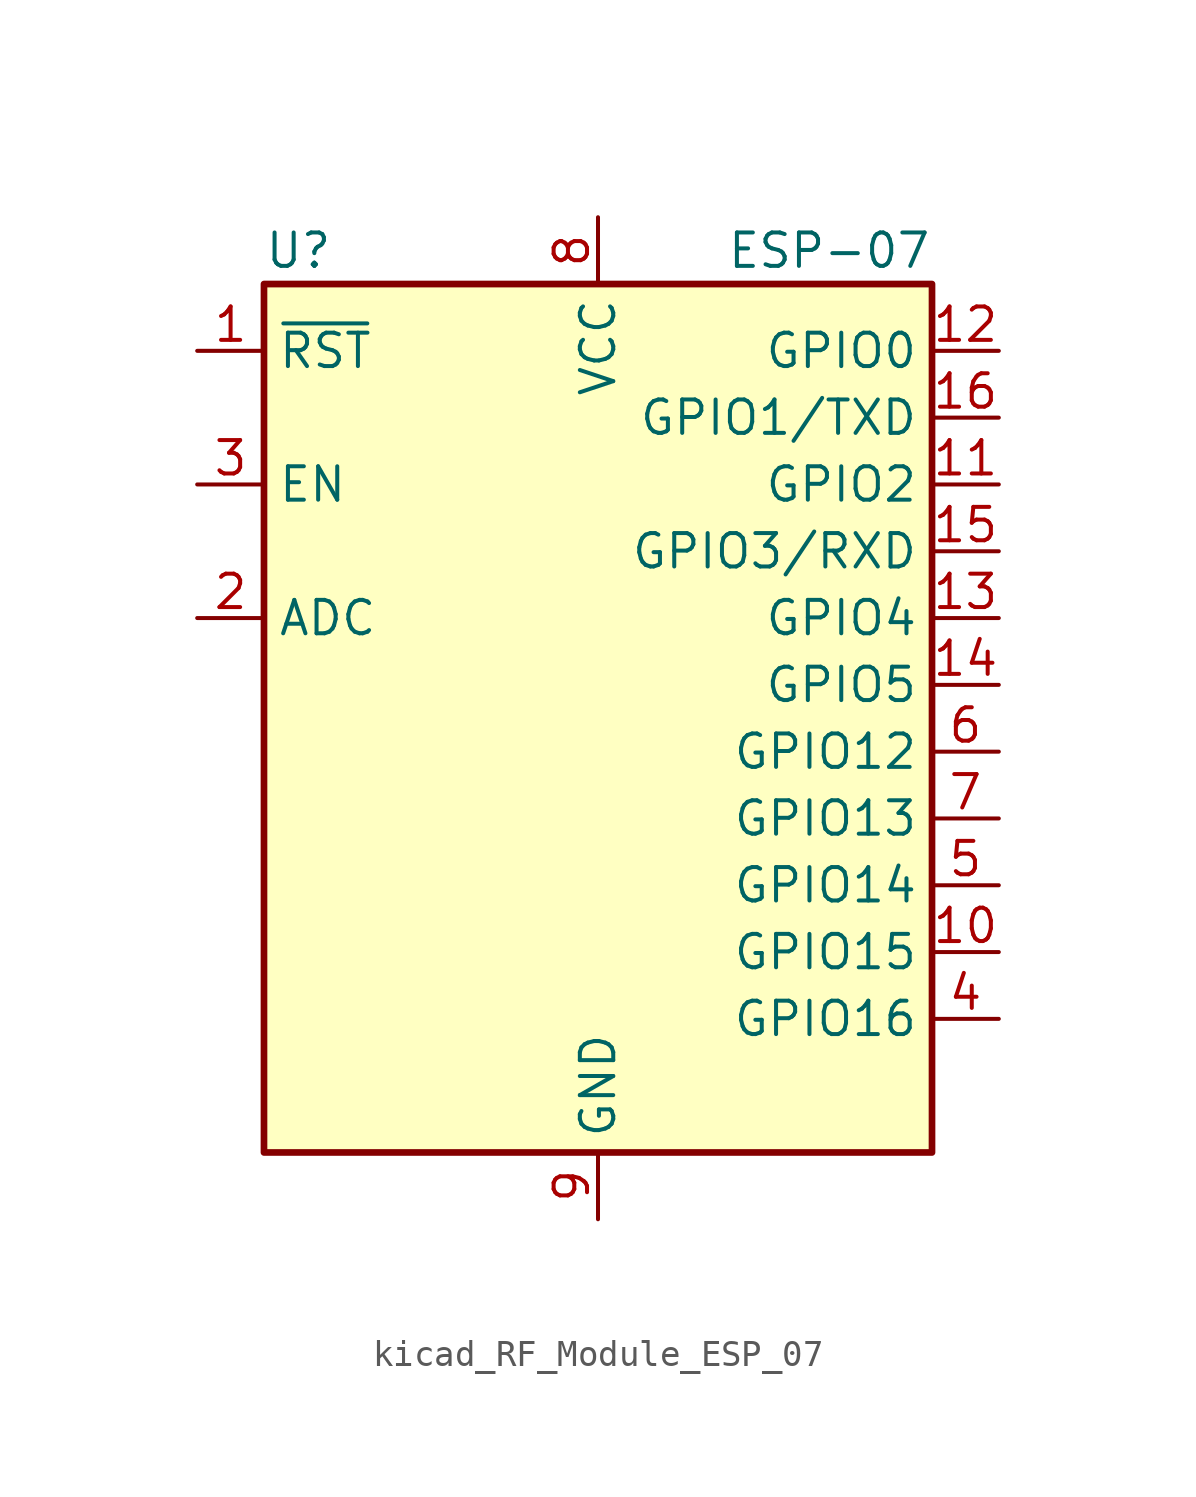
<source format=kicad_sym>
(kicad_symbol_lib
  (version 20220914)
  (generator kicad_symbol_editor)
  (symbol "kicad_RF_Module_ESP_07"
    (property "Reference" "U"
      (at -12.7 19.05 0)
      (effects (font (size 1.27 1.27)) (justify left)))
    (property "Value" "ESP-07"
      (at 12.7 19.05 0)
      (effects (font (size 1.27 1.27)) (justify right)))
    (symbol "kicad_RF_Module_ESP_07_0_1"
      (rectangle (start -12.7 17.78) (end 12.7 -15.24) (stroke (width 0.254) (type default)) (fill (type background))))
    (symbol "kicad_RF_Module_ESP_07_1_1"
      (pin input line (at -15.24 15.24 0) (length 2.54) (name "~{RST}" (effects (font (size 1.27 1.27)))) (number "1" (effects (font (size 1.27 1.27)))))
      (pin bidirectional line (at 15.24 -7.62 180) (length 2.54) (name "GPIO15" (effects (font (size 1.27 1.27)))) (number "10" (effects (font (size 1.27 1.27)))))
      (pin bidirectional line (at 15.24 10.16 180) (length 2.54) (name "GPIO2" (effects (font (size 1.27 1.27)))) (number "11" (effects (font (size 1.27 1.27)))))
      (pin bidirectional line (at 15.24 15.24 180) (length 2.54) (name "GPIO0" (effects (font (size 1.27 1.27)))) (number "12" (effects (font (size 1.27 1.27)))))
      (pin bidirectional line (at 15.24 5.08 180) (length 2.54) (name "GPIO4" (effects (font (size 1.27 1.27)))) (number "13" (effects (font (size 1.27 1.27)))))
      (pin bidirectional line (at 15.24 2.54 180) (length 2.54) (name "GPIO5" (effects (font (size 1.27 1.27)))) (number "14" (effects (font (size 1.27 1.27)))))
      (pin bidirectional line (at 15.24 7.62 180) (length 2.54) (name "GPIO3/RXD" (effects (font (size 1.27 1.27)))) (number "15" (effects (font (size 1.27 1.27)))))
      (pin bidirectional line (at 15.24 12.7 180) (length 2.54) (name "GPIO1/TXD" (effects (font (size 1.27 1.27)))) (number "16" (effects (font (size 1.27 1.27)))))
      (pin input line (at -15.24 5.08 0) (length 2.54) (name "ADC" (effects (font (size 1.27 1.27)))) (number "2" (effects (font (size 1.27 1.27)))))
      (pin input line (at -15.24 10.16 0) (length 2.54) (name "EN" (effects (font (size 1.27 1.27)))) (number "3" (effects (font (size 1.27 1.27)))))
      (pin bidirectional line (at 15.24 -10.16 180) (length 2.54) (name "GPIO16" (effects (font (size 1.27 1.27)))) (number "4" (effects (font (size 1.27 1.27)))))
      (pin bidirectional line (at 15.24 -5.08 180) (length 2.54) (name "GPIO14" (effects (font (size 1.27 1.27)))) (number "5" (effects (font (size 1.27 1.27)))))
      (pin bidirectional line (at 15.24 0 180) (length 2.54) (name "GPIO12" (effects (font (size 1.27 1.27)))) (number "6" (effects (font (size 1.27 1.27)))))
      (pin bidirectional line (at 15.24 -2.54 180) (length 2.54) (name "GPIO13" (effects (font (size 1.27 1.27)))) (number "7" (effects (font (size 1.27 1.27)))))
      (pin power_in line (at 0 20.32 270) (length 2.54) (name "VCC" (effects (font (size 1.27 1.27)))) (number "8" (effects (font (size 1.27 1.27)))))
      (pin power_in line (at 0 -17.78 90) (length 2.54) (name "GND" (effects (font (size 1.27 1.27)))) (number "9" (effects (font (size 1.27 1.27))))))))
</source>
